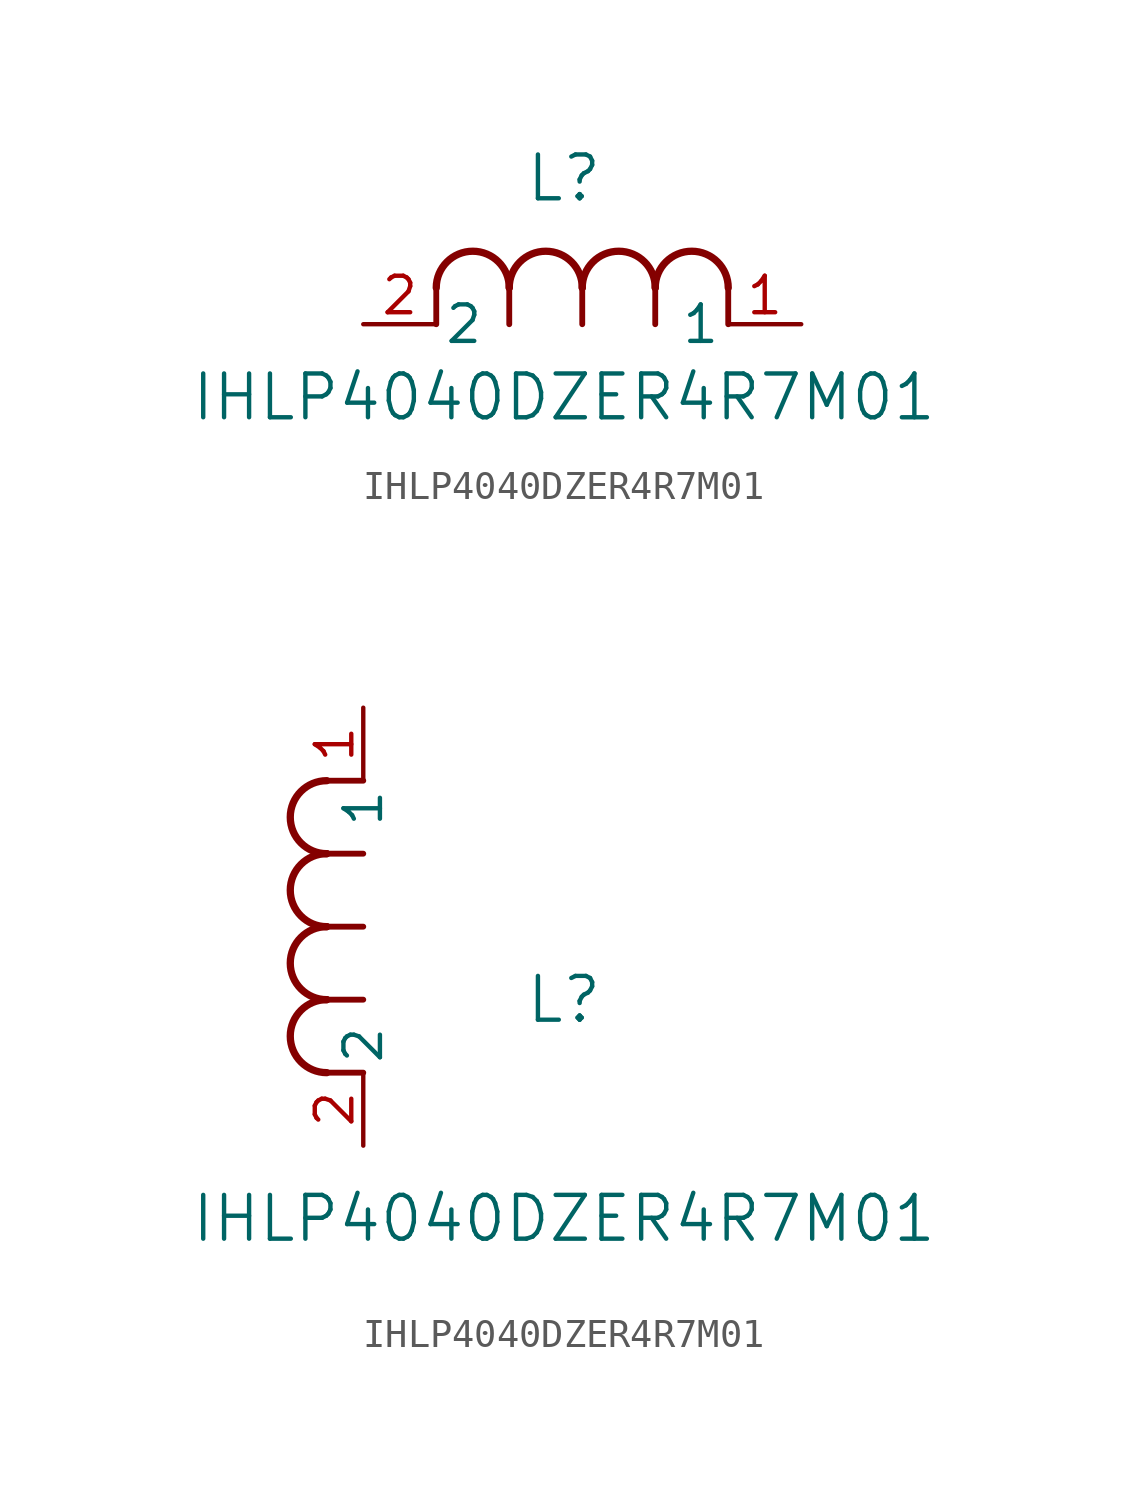
<source format=kicad_sym>
(kicad_symbol_lib
  (version 20211014)
  (generator kicad_symbol_editor)
  (symbol "IHLP4040DZER4R7M01"
    (pin_names
      (offset 0.254))
    (property "Reference" "L"
      (at 6.985 5.08 0)
      (effects (font (size 1.524 1.524))))
    (property "Value" "IHLP4040DZER4R7M01"
      (at 6.985 -2.54 0)
      (effects (font (size 1.524 1.524))))
    (symbol "IHLP4040DZER4R7M01_1_1"
      (arc (start 7.62 1.27) (mid 6.35 2.54) (end 5.08 1.27) (stroke (width 0.254) (type default) (color 0 0 0 0)) (fill (type none)))
      (polyline (pts (xy 5.08 0) (xy 5.08 1.27)) (stroke (width 0.203) (type default) (color 0 0 0 0)) (fill (type none)))
      (polyline (pts (xy 7.62 0) (xy 7.62 1.27)) (stroke (width 0.203) (type default) (color 0 0 0 0)) (fill (type none)))
      (polyline (pts (xy 12.7 0) (xy 12.7 1.27)) (stroke (width 0.203) (type default) (color 0 0 0 0)) (fill (type none)))
      (arc (start 5.08 1.27) (mid 3.81 2.54) (end 2.54 1.27) (stroke (width 0.254) (type default) (color 0 0 0 0)) (fill (type none)))
      (arc (start 10.16 1.27) (mid 8.89 2.54) (end 7.62 1.27) (stroke (width 0.254) (type default) (color 0 0 0 0)) (fill (type none)))
      (arc (start 12.7 1.27) (mid 11.43 2.54) (end 10.16 1.27) (stroke (width 0.254) (type default) (color 0 0 0 0)) (fill (type none)))
      (polyline (pts (xy 2.54 0) (xy 2.54 1.27)) (stroke (width 0.203) (type default) (color 0 0 0 0)) (fill (type none)))
      (polyline (pts (xy 10.16 0) (xy 10.16 1.27)) (stroke (width 0.203) (type default) (color 0 0 0 0)) (fill (type none)))
      (pin unspecified line (at 0 0 0) (length 2.54) (name "2" (effects (font (size 1.27 1.27)))) (number "2" (effects (font (size 1.27 1.27)))))
      (pin unspecified line (at 15.24 0 180) (length 2.54) (name "1" (effects (font (size 1.27 1.27)))) (number "1" (effects (font (size 1.27 1.27))))))
    (symbol "IHLP4040DZER4R7M01_1_2"
      (arc (start -1.27 7.62) (mid -2.54 6.35) (end -1.27 5.08) (stroke (width 0.254) (type default) (color 0 0 0 0)) (fill (type none)))
      (arc (start -1.27 5.08) (mid -2.54 3.81) (end -1.27 2.54) (stroke (width 0.254) (type default) (color 0 0 0 0)) (fill (type none)))
      (arc (start -1.27 12.7) (mid -2.54 11.43) (end -1.27 10.16) (stroke (width 0.254) (type default) (color 0 0 0 0)) (fill (type none)))
      (arc (start -1.27 10.16) (mid -2.54 8.89) (end -1.27 7.62) (stroke (width 0.254) (type default) (color 0 0 0 0)) (fill (type none)))
      (polyline (pts (xy 0 7.62) (xy -1.27 7.62)) (stroke (width 0.203) (type default) (color 0 0 0 0)) (fill (type none)))
      (polyline (pts (xy 0 5.08) (xy -1.27 5.08)) (stroke (width 0.203) (type default) (color 0 0 0 0)) (fill (type none)))
      (polyline (pts (xy 0 12.7) (xy -1.27 12.7)) (stroke (width 0.203) (type default) (color 0 0 0 0)) (fill (type none)))
      (polyline (pts (xy 0 2.54) (xy -1.27 2.54)) (stroke (width 0.203) (type default) (color 0 0 0 0)) (fill (type none)))
      (polyline (pts (xy 0 10.16) (xy -1.27 10.16)) (stroke (width 0.203) (type default) (color 0 0 0 0)) (fill (type none)))
      (pin unspecified line (at 0 0 90) (length 2.54) (name "2" (effects (font (size 1.27 1.27)))) (number "2" (effects (font (size 1.27 1.27)))))
      (pin unspecified line (at 0 15.24 270) (length 2.54) (name "1" (effects (font (size 1.27 1.27)))) (number "1" (effects (font (size 1.27 1.27))))))))
</source>
